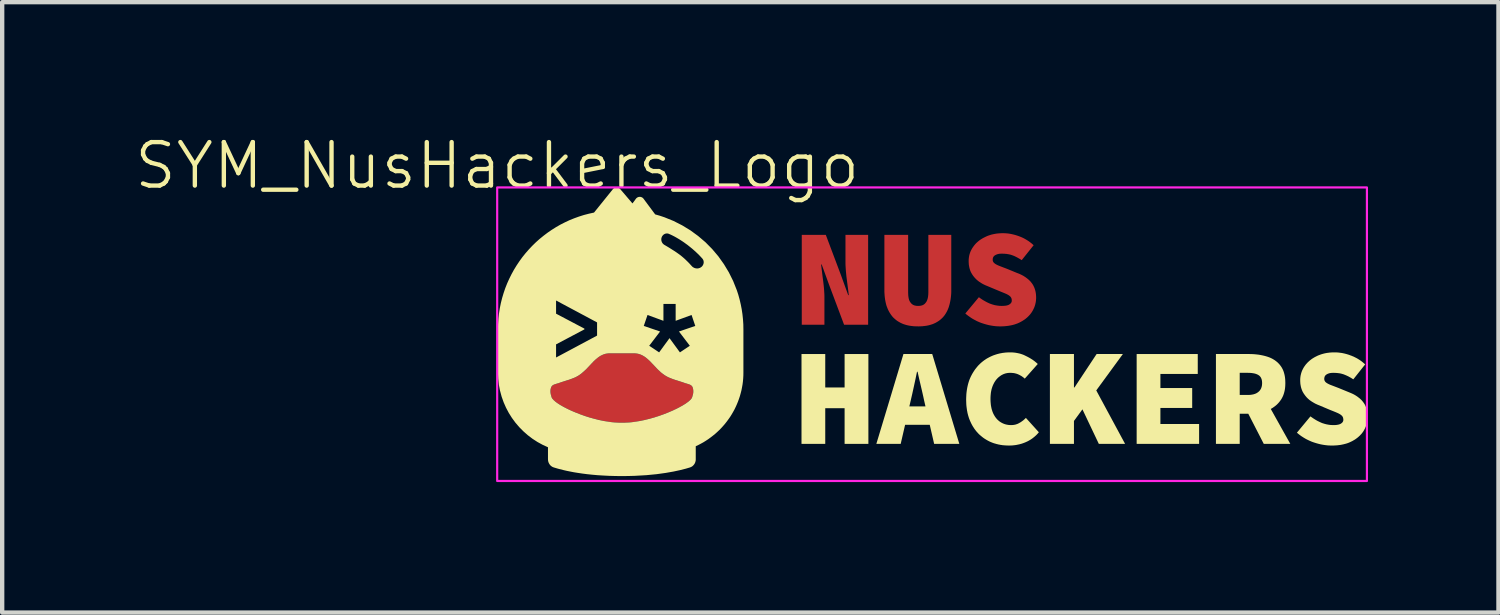
<source format=kicad_pcb>
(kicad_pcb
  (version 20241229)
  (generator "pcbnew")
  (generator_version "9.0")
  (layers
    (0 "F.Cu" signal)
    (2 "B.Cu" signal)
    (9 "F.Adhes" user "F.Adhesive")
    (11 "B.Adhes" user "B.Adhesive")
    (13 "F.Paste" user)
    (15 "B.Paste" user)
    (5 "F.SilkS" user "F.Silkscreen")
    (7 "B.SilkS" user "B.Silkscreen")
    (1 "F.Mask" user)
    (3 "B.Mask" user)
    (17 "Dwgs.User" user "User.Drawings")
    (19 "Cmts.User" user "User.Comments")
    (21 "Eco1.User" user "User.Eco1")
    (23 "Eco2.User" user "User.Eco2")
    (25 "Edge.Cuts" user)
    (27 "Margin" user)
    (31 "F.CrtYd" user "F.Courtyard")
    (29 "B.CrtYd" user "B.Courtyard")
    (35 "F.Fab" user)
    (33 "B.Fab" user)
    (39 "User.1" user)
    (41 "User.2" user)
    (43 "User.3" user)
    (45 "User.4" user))
  (footprint "SYM_NusHackers_Logo"
    (layer "F.Cu")
    (at 8.383 1.26)
    (property "Reference" "SYM_NusHackers_Logo" (at 0 -0.5 0) (unlocked yes) (layer "F.SilkS") (effects (font (size 1 1) (thickness 0.1))))
    (attr board_only exclude_from_pos_files exclude_from_bom)
    (fp_poly (pts (xy 7.904 2.013) (xy 8.072 2.477) (xy 8.085 2.477) (xy 8.075 2.39) (xy 8.063 2.297) (xy 8.037 2.095) (xy 8.03 2.042) (xy 8.025 1.989) (xy 8.02 1.937) (xy 8.016 1.885) (xy 8.013 1.835) (xy 8.01 1.785) (xy 8.009 1.736) (xy 8.009 1.688) (xy 8.009 1.091) (xy 8.53 1.091) (xy 8.53 3.157) (xy 7.977 3.157) (xy 7.63 2.232) (xy 7.462 1.771) (xy 7.449 1.771) (xy 7.459 1.861) (xy 7.471 1.955) (xy 7.483 2.055) (xy 7.497 2.159) (xy 7.503 2.211) (xy 7.509 2.262) (xy 7.514 2.313) (xy 7.518 2.364) (xy 7.521 2.414) (xy 7.524 2.463) (xy 7.525 2.511) (xy 7.525 2.559) (xy 7.525 3.157) (xy 7.004 3.157) (xy 7.004 1.091) (xy 7.557 1.091)) (stroke (width 0) (type solid)) (fill yes) (layers "F.Cu" "F.Mask"))
    (fp_poly (pts (xy 9.45 2.419) (xy 9.451 2.441) (xy 9.452 2.463) (xy 9.453 2.484) (xy 9.455 2.504) (xy 9.458 2.523) (xy 9.461 2.542) (xy 9.465 2.561) (xy 9.47 2.578) (xy 9.472 2.587) (xy 9.476 2.595) (xy 9.479 2.603) (xy 9.482 2.61) (xy 9.486 2.618) (xy 9.49 2.625) (xy 9.495 2.632) (xy 9.499 2.639) (xy 9.504 2.645) (xy 9.509 2.652) (xy 9.514 2.658) (xy 9.519 2.664) (xy 9.525 2.67) (xy 9.53 2.676) (xy 9.536 2.681) (xy 9.543 2.686) (xy 9.549 2.691) (xy 9.556 2.695) (xy 9.563 2.699) (xy 9.57 2.703) (xy 9.578 2.707) (xy 9.586 2.71) (xy 9.594 2.713) (xy 9.602 2.715) (xy 9.611 2.717) (xy 9.62 2.719) (xy 9.629 2.721) (xy 9.639 2.722) (xy 9.648 2.723) (xy 9.658 2.724) (xy 9.669 2.724) (xy 9.679 2.725) (xy 9.69 2.724) (xy 9.701 2.724) (xy 9.711 2.723) (xy 9.721 2.722) (xy 9.731 2.721) (xy 9.741 2.719) (xy 9.75 2.717) (xy 9.759 2.715) (xy 9.767 2.713) (xy 9.776 2.71) (xy 9.784 2.707) (xy 9.791 2.703) (xy 9.799 2.699) (xy 9.806 2.695) (xy 9.813 2.691) (xy 9.819 2.686) (xy 9.825 2.681) (xy 9.832 2.676) (xy 9.837 2.67) (xy 9.843 2.664) (xy 9.848 2.658) (xy 9.853 2.652) (xy 9.858 2.645) (xy 9.863 2.639) (xy 9.867 2.632) (xy 9.872 2.625) (xy 9.876 2.618) (xy 9.879 2.61) (xy 9.883 2.603) (xy 9.886 2.595) (xy 9.889 2.587) (xy 9.892 2.578) (xy 9.895 2.57) (xy 9.898 2.561) (xy 9.9 2.551) (xy 9.902 2.542) (xy 9.904 2.533) (xy 9.906 2.523) (xy 9.909 2.504) (xy 9.911 2.484) (xy 9.913 2.463) (xy 9.914 2.441) (xy 9.915 2.419) (xy 9.915 1.091) (xy 10.442 1.091) (xy 10.442 2.356) (xy 10.442 2.404) (xy 10.44 2.45) (xy 10.436 2.496) (xy 10.431 2.54) (xy 10.425 2.583) (xy 10.417 2.625) (xy 10.408 2.666) (xy 10.398 2.706) (xy 10.392 2.724) (xy 10.387 2.743) (xy 10.381 2.761) (xy 10.374 2.779) (xy 10.367 2.797) (xy 10.36 2.814) (xy 10.352 2.831) (xy 10.344 2.848) (xy 10.335 2.864) (xy 10.326 2.88) (xy 10.317 2.896) (xy 10.307 2.911) (xy 10.297 2.926) (xy 10.287 2.941) (xy 10.276 2.955) (xy 10.264 2.969) (xy 10.253 2.983) (xy 10.24 2.996) (xy 10.228 3.008) (xy 10.215 3.02) (xy 10.201 3.032) (xy 10.188 3.044) (xy 10.173 3.055) (xy 10.159 3.066) (xy 10.143 3.076) (xy 10.128 3.086) (xy 10.112 3.095) (xy 10.096 3.105) (xy 10.079 3.114) (xy 10.062 3.122) (xy 10.044 3.13) (xy 10.026 3.138) (xy 10.008 3.145) (xy 9.989 3.151) (xy 9.97 3.157) (xy 9.951 3.163) (xy 9.931 3.168) (xy 9.91 3.173) (xy 9.889 3.177) (xy 9.868 3.181) (xy 9.846 3.184) (xy 9.823 3.187) (xy 9.801 3.189) (xy 9.777 3.192) (xy 9.754 3.193) (xy 9.729 3.194) (xy 9.705 3.195) (xy 9.679 3.195) (xy 9.679 3.195) (xy 9.629 3.194) (xy 9.581 3.192) (xy 9.535 3.187) (xy 9.512 3.184) (xy 9.49 3.181) (xy 9.469 3.177) (xy 9.447 3.173) (xy 9.427 3.168) (xy 9.406 3.163) (xy 9.387 3.157) (xy 9.367 3.151) (xy 9.348 3.145) (xy 9.33 3.138) (xy 9.312 3.13) (xy 9.294 3.122) (xy 9.277 3.114) (xy 9.26 3.105) (xy 9.243 3.095) (xy 9.227 3.086) (xy 9.211 3.076) (xy 9.196 3.066) (xy 9.181 3.055) (xy 9.167 3.044) (xy 9.153 3.032) (xy 9.139 3.02) (xy 9.126 3.008) (xy 9.113 2.996) (xy 9.1 2.983) (xy 9.088 2.969) (xy 9.077 2.955) (xy 9.066 2.941) (xy 9.055 2.926) (xy 9.045 2.911) (xy 9.035 2.896) (xy 9.025 2.88) (xy 9.016 2.864) (xy 9.007 2.848) (xy 8.998 2.831) (xy 8.99 2.814) (xy 8.982 2.797) (xy 8.975 2.779) (xy 8.968 2.761) (xy 8.961 2.743) (xy 8.954 2.724) (xy 8.948 2.706) (xy 8.938 2.666) (xy 8.929 2.625) (xy 8.921 2.583) (xy 8.915 2.54) (xy 8.91 2.496) (xy 8.907 2.45) (xy 8.904 2.404) (xy 8.904 2.356) (xy 8.904 1.091) (xy 9.45 1.091)) (stroke (width 0) (type solid)) (fill yes) (layers "F.Cu" "F.Mask"))
    (fp_poly (pts (xy 3.177 3.816) (xy 3.209 3.82) (xy 3.239 3.826) (xy 3.268 3.833) (xy 3.296 3.843) (xy 3.323 3.855) (xy 3.35 3.868) (xy 3.375 3.883) (xy 3.4 3.9) (xy 3.424 3.917) (xy 3.47 3.956) (xy 3.515 3.999) (xy 3.559 4.044) (xy 3.647 4.139) (xy 3.694 4.186) (xy 3.742 4.232) (xy 3.793 4.275) (xy 3.82 4.296) (xy 3.847 4.315) (xy 3.876 4.334) (xy 3.906 4.351) (xy 3.938 4.366) (xy 3.97 4.381) (xy 4.021 4.401) (xy 4.065 4.416) (xy 4.104 4.429) (xy 4.14 4.441) (xy 4.212 4.463) (xy 4.253 4.476) (xy 4.299 4.492) (xy 4.314 4.498) (xy 4.33 4.503) (xy 4.359 4.512) (xy 4.387 4.52) (xy 4.4 4.524) (xy 4.413 4.528) (xy 4.425 4.533) (xy 4.436 4.538) (xy 4.441 4.54) (xy 4.446 4.543) (xy 4.451 4.546) (xy 4.456 4.549) (xy 4.461 4.553) (xy 4.465 4.556) (xy 4.469 4.56) (xy 4.473 4.564) (xy 4.477 4.568) (xy 4.48 4.572) (xy 4.483 4.577) (xy 4.486 4.582) (xy 4.492 4.593) (xy 4.496 4.605) (xy 4.5 4.617) (xy 4.503 4.63) (xy 4.506 4.643) (xy 4.508 4.657) (xy 4.509 4.67) (xy 4.509 4.684) (xy 4.509 4.698) (xy 4.509 4.712) (xy 4.507 4.725) (xy 4.506 4.739) (xy 4.503 4.751) (xy 4.5 4.763) (xy 4.497 4.775) (xy 4.493 4.786) (xy 4.491 4.795) (xy 4.49 4.8) (xy 4.489 4.805) (xy 4.487 4.809) (xy 4.486 4.814) (xy 4.484 4.819) (xy 4.483 4.825) (xy 4.476 4.84) (xy 4.466 4.856) (xy 4.436 4.891) (xy 4.393 4.928) (xy 4.338 4.968) (xy 4.273 5.009) (xy 4.198 5.051) (xy 4.115 5.094) (xy 4.025 5.136) (xy 3.928 5.177) (xy 3.826 5.217) (xy 3.72 5.255) (xy 3.611 5.29) (xy 3.499 5.321) (xy 3.387 5.349) (xy 3.275 5.372) (xy 3.163 5.39) (xy 3.126 5.395) (xy 3.09 5.399) (xy 3.071 5.401) (xy 3.053 5.403) (xy 3.035 5.404) (xy 3.017 5.405) (xy 2.975 5.408) (xy 2.937 5.409) (xy 2.902 5.41) (xy 2.867 5.41) (xy 2.833 5.41) (xy 2.797 5.409) (xy 2.759 5.408) (xy 2.717 5.405) (xy 2.699 5.404) (xy 2.681 5.403) (xy 2.663 5.401) (xy 2.645 5.399) (xy 2.608 5.395) (xy 2.571 5.39) (xy 2.459 5.372) (xy 2.347 5.349) (xy 2.235 5.321) (xy 2.123 5.29) (xy 2.014 5.255) (xy 1.908 5.217) (xy 1.806 5.177) (xy 1.709 5.136) (xy 1.619 5.094) (xy 1.536 5.051) (xy 1.461 5.009) (xy 1.396 4.968) (xy 1.341 4.928) (xy 1.318 4.909) (xy 1.298 4.891) (xy 1.282 4.873) (xy 1.268 4.856) (xy 1.258 4.84) (xy 1.251 4.825) (xy 1.25 4.819) (xy 1.248 4.814) (xy 1.247 4.809) (xy 1.245 4.805) (xy 1.244 4.8) (xy 1.243 4.795) (xy 1.241 4.786) (xy 1.237 4.775) (xy 1.234 4.763) (xy 1.231 4.751) (xy 1.229 4.739) (xy 1.227 4.725) (xy 1.226 4.712) (xy 1.225 4.698) (xy 1.225 4.684) (xy 1.225 4.67) (xy 1.226 4.657) (xy 1.228 4.643) (xy 1.231 4.63) (xy 1.234 4.617) (xy 1.238 4.605) (xy 1.242 4.593) (xy 1.248 4.582) (xy 1.251 4.577) (xy 1.254 4.572) (xy 1.257 4.568) (xy 1.261 4.564) (xy 1.265 4.56) (xy 1.269 4.556) (xy 1.278 4.549) (xy 1.288 4.543) (xy 1.298 4.538) (xy 1.309 4.533) (xy 1.321 4.528) (xy 1.334 4.524) (xy 1.347 4.52) (xy 1.375 4.512) (xy 1.404 4.503) (xy 1.42 4.498) (xy 1.435 4.492) (xy 1.481 4.476) (xy 1.522 4.463) (xy 1.594 4.441) (xy 1.63 4.429) (xy 1.669 4.416) (xy 1.713 4.401) (xy 1.764 4.381) (xy 1.797 4.366) (xy 1.828 4.351) (xy 1.858 4.334) (xy 1.887 4.315) (xy 1.915 4.296) (xy 1.941 4.275) (xy 1.967 4.254) (xy 1.992 4.232) (xy 2.041 4.186) (xy 2.087 4.139) (xy 2.175 4.044) (xy 2.219 3.999) (xy 2.264 3.956) (xy 2.287 3.936) (xy 2.31 3.917) (xy 2.334 3.9) (xy 2.359 3.883) (xy 2.384 3.868) (xy 2.411 3.855) (xy 2.438 3.843) (xy 2.466 3.833) (xy 2.495 3.826) (xy 2.525 3.82) (xy 2.557 3.816) (xy 2.59 3.815) (xy 2.867 3.815) (xy 3.144 3.815)) (stroke (width 0) (type solid)) (fill yes) (layers "F.Cu" "F.Mask"))
    (fp_poly (pts (xy 11.653 1.053) (xy 11.676 1.054) (xy 11.699 1.055) (xy 11.722 1.057) (xy 11.745 1.059) (xy 11.768 1.062) (xy 11.791 1.066) (xy 11.814 1.07) (xy 11.837 1.075) (xy 11.86 1.08) (xy 11.883 1.086) (xy 11.907 1.092) (xy 11.93 1.099) (xy 11.953 1.106) (xy 11.976 1.114) (xy 11.999 1.122) (xy 12.022 1.131) (xy 12.045 1.14) (xy 12.068 1.15) (xy 12.09 1.16) (xy 12.112 1.171) (xy 12.134 1.183) (xy 12.155 1.195) (xy 12.177 1.208) (xy 12.198 1.221) (xy 12.218 1.234) (xy 12.239 1.249) (xy 12.259 1.264) (xy 12.278 1.279) (xy 12.298 1.295) (xy 12.317 1.312) (xy 12.336 1.329) (xy 12.062 1.672) (xy 12.035 1.655) (xy 12.007 1.638) (xy 11.98 1.623) (xy 11.953 1.608) (xy 11.927 1.595) (xy 11.901 1.582) (xy 11.875 1.571) (xy 11.849 1.561) (xy 11.836 1.557) (xy 11.823 1.552) (xy 11.809 1.548) (xy 11.795 1.544) (xy 11.781 1.541) (xy 11.766 1.538) (xy 11.751 1.535) (xy 11.736 1.533) (xy 11.72 1.53) (xy 11.704 1.528) (xy 11.687 1.527) (xy 11.67 1.525) (xy 11.653 1.524) (xy 11.635 1.524) (xy 11.617 1.523) (xy 11.598 1.523) (xy 11.587 1.523) (xy 11.576 1.524) (xy 11.566 1.524) (xy 11.556 1.525) (xy 11.546 1.526) (xy 11.536 1.528) (xy 11.526 1.53) (xy 11.517 1.532) (xy 11.508 1.534) (xy 11.499 1.537) (xy 11.491 1.54) (xy 11.483 1.543) (xy 11.475 1.546) (xy 11.467 1.55) (xy 11.459 1.554) (xy 11.452 1.558) (xy 11.448 1.56) (xy 11.445 1.562) (xy 11.442 1.564) (xy 11.439 1.567) (xy 11.435 1.569) (xy 11.433 1.571) (xy 11.43 1.574) (xy 11.427 1.576) (xy 11.424 1.579) (xy 11.422 1.582) (xy 11.419 1.585) (xy 11.417 1.588) (xy 11.415 1.591) (xy 11.413 1.594) (xy 11.411 1.597) (xy 11.409 1.6) (xy 11.407 1.603) (xy 11.406 1.607) (xy 11.404 1.61) (xy 11.403 1.614) (xy 11.401 1.617) (xy 11.4 1.621) (xy 11.399 1.625) (xy 11.398 1.629) (xy 11.397 1.633) (xy 11.397 1.637) (xy 11.396 1.641) (xy 11.396 1.645) (xy 11.395 1.65) (xy 11.395 1.654) (xy 11.395 1.663) (xy 11.395 1.669) (xy 11.395 1.675) (xy 11.396 1.68) (xy 11.397 1.686) (xy 11.398 1.691) (xy 11.4 1.696) (xy 11.402 1.702) (xy 11.404 1.707) (xy 11.407 1.711) (xy 11.41 1.716) (xy 11.413 1.721) (xy 11.416 1.725) (xy 11.42 1.73) (xy 11.424 1.734) (xy 11.428 1.738) (xy 11.433 1.742) (xy 11.438 1.746) (xy 11.443 1.75) (xy 11.448 1.754) (xy 11.454 1.758) (xy 11.46 1.762) (xy 11.466 1.766) (xy 11.473 1.77) (xy 11.48 1.773) (xy 11.487 1.777) (xy 11.494 1.781) (xy 11.502 1.785) (xy 11.51 1.788) (xy 11.518 1.792) (xy 11.526 1.796) (xy 11.535 1.799) (xy 11.544 1.803) (xy 11.624 1.834) (xy 11.719 1.87) (xy 11.957 1.968) (xy 11.992 1.981) (xy 12.025 1.995) (xy 12.04 2.003) (xy 12.056 2.01) (xy 12.071 2.018) (xy 12.086 2.026) (xy 12.101 2.034) (xy 12.115 2.043) (xy 12.129 2.052) (xy 12.142 2.06) (xy 12.155 2.07) (xy 12.168 2.079) (xy 12.181 2.089) (xy 12.193 2.098) (xy 12.205 2.108) (xy 12.217 2.118) (xy 12.228 2.128) (xy 12.239 2.139) (xy 12.25 2.149) (xy 12.26 2.16) (xy 12.27 2.171) (xy 12.279 2.183) (xy 12.288 2.194) (xy 12.297 2.206) (xy 12.306 2.218) (xy 12.314 2.231) (xy 12.321 2.243) (xy 12.329 2.256) (xy 12.335 2.269) (xy 12.342 2.283) (xy 12.348 2.296) (xy 12.354 2.31) (xy 12.359 2.325) (xy 12.364 2.339) (xy 12.369 2.354) (xy 12.373 2.369) (xy 12.377 2.384) (xy 12.38 2.4) (xy 12.383 2.415) (xy 12.386 2.432) (xy 12.388 2.448) (xy 12.39 2.465) (xy 12.391 2.481) (xy 12.392 2.499) (xy 12.393 2.516) (xy 12.393 2.534) (xy 12.393 2.556) (xy 12.391 2.577) (xy 12.39 2.599) (xy 12.387 2.62) (xy 12.384 2.641) (xy 12.379 2.662) (xy 12.375 2.683) (xy 12.369 2.703) (xy 12.363 2.724) (xy 12.356 2.744) (xy 12.348 2.764) (xy 12.339 2.784) (xy 12.33 2.803) (xy 12.32 2.823) (xy 12.309 2.842) (xy 12.298 2.861) (xy 12.285 2.88) (xy 12.272 2.898) (xy 12.259 2.915) (xy 12.244 2.932) (xy 12.229 2.949) (xy 12.213 2.965) (xy 12.197 2.981) (xy 12.18 2.996) (xy 12.162 3.011) (xy 12.144 3.026) (xy 12.124 3.04) (xy 12.104 3.053) (xy 12.084 3.066) (xy 12.062 3.079) (xy 12.04 3.091) (xy 12.018 3.103) (xy 11.994 3.114) (xy 11.97 3.125) (xy 11.946 3.134) (xy 11.92 3.143) (xy 11.894 3.152) (xy 11.868 3.159) (xy 11.841 3.166) (xy 11.813 3.172) (xy 11.784 3.177) (xy 11.755 3.182) (xy 11.725 3.186) (xy 11.695 3.189) (xy 11.664 3.192) (xy 11.632 3.194) (xy 11.599 3.195) (xy 11.566 3.195) (xy 11.566 3.195) (xy 11.541 3.195) (xy 11.515 3.194) (xy 11.49 3.193) (xy 11.464 3.191) (xy 11.438 3.188) (xy 11.412 3.185) (xy 11.387 3.181) (xy 11.361 3.177) (xy 11.308 3.167) (xy 11.256 3.154) (xy 11.203 3.139) (xy 11.15 3.122) (xy 11.124 3.113) (xy 11.098 3.103) (xy 11.073 3.092) (xy 11.047 3.081) (xy 11.022 3.069) (xy 10.998 3.056) (xy 10.973 3.043) (xy 10.949 3.03) (xy 10.925 3.016) (xy 10.901 3.001) (xy 10.878 2.985) (xy 10.855 2.969) (xy 10.832 2.953) (xy 10.81 2.936) (xy 10.787 2.918) (xy 10.765 2.899) (xy 11.077 2.524) (xy 11.106 2.546) (xy 11.137 2.567) (xy 11.167 2.587) (xy 11.198 2.605) (xy 11.23 2.623) (xy 11.262 2.64) (xy 11.295 2.656) (xy 11.328 2.671) (xy 11.345 2.677) (xy 11.362 2.683) (xy 11.379 2.689) (xy 11.397 2.694) (xy 11.414 2.699) (xy 11.431 2.704) (xy 11.448 2.708) (xy 11.465 2.711) (xy 11.483 2.714) (xy 11.5 2.717) (xy 11.517 2.719) (xy 11.535 2.721) (xy 11.552 2.723) (xy 11.57 2.724) (xy 11.587 2.724) (xy 11.605 2.725) (xy 11.62 2.724) (xy 11.634 2.724) (xy 11.648 2.723) (xy 11.662 2.722) (xy 11.675 2.721) (xy 11.687 2.72) (xy 11.699 2.718) (xy 11.71 2.716) (xy 11.721 2.714) (xy 11.731 2.711) (xy 11.74 2.708) (xy 11.749 2.705) (xy 11.758 2.702) (xy 11.766 2.698) (xy 11.773 2.694) (xy 11.779 2.69) (xy 11.786 2.685) (xy 11.792 2.681) (xy 11.798 2.676) (xy 11.803 2.671) (xy 11.808 2.666) (xy 11.812 2.661) (xy 11.816 2.656) (xy 11.82 2.651) (xy 11.823 2.645) (xy 11.824 2.643) (xy 11.826 2.64) (xy 11.827 2.637) (xy 11.828 2.634) (xy 11.829 2.631) (xy 11.83 2.628) (xy 11.831 2.625) (xy 11.832 2.622) (xy 11.832 2.619) (xy 11.833 2.616) (xy 11.833 2.613) (xy 11.833 2.61) (xy 11.833 2.604) (xy 11.833 2.596) (xy 11.833 2.589) (xy 11.832 2.582) (xy 11.831 2.575) (xy 11.83 2.569) (xy 11.829 2.562) (xy 11.827 2.556) (xy 11.825 2.55) (xy 11.822 2.544) (xy 11.82 2.538) (xy 11.817 2.533) (xy 11.814 2.528) (xy 11.81 2.522) (xy 11.807 2.518) (xy 11.803 2.513) (xy 11.798 2.508) (xy 11.794 2.504) (xy 11.789 2.5) (xy 11.784 2.496) (xy 11.779 2.491) (xy 11.773 2.487) (xy 11.768 2.483) (xy 11.762 2.479) (xy 11.756 2.475) (xy 11.749 2.471) (xy 11.742 2.467) (xy 11.735 2.463) (xy 11.728 2.46) (xy 11.721 2.456) (xy 11.713 2.452) (xy 11.705 2.448) (xy 11.697 2.445) (xy 11.662 2.43) (xy 11.623 2.414) (xy 11.581 2.397) (xy 11.535 2.378) (xy 11.277 2.27) (xy 11.248 2.258) (xy 11.219 2.246) (xy 11.191 2.232) (xy 11.163 2.218) (xy 11.136 2.202) (xy 11.11 2.185) (xy 11.083 2.168) (xy 11.058 2.149) (xy 11.046 2.139) (xy 11.034 2.129) (xy 11.022 2.118) (xy 11.011 2.108) (xy 11 2.096) (xy 10.989 2.085) (xy 10.979 2.074) (xy 10.969 2.062) (xy 10.959 2.05) (xy 10.949 2.037) (xy 10.94 2.025) (xy 10.931 2.012) (xy 10.923 1.999) (xy 10.915 1.986) (xy 10.907 1.972) (xy 10.899 1.959) (xy 10.892 1.944) (xy 10.885 1.929) (xy 10.879 1.914) (xy 10.874 1.899) (xy 10.869 1.884) (xy 10.864 1.868) (xy 10.86 1.852) (xy 10.856 1.835) (xy 10.853 1.819) (xy 10.85 1.802) (xy 10.847 1.785) (xy 10.845 1.767) (xy 10.844 1.749) (xy 10.843 1.731) (xy 10.842 1.713) (xy 10.842 1.695) (xy 10.842 1.673) (xy 10.843 1.651) (xy 10.845 1.629) (xy 10.848 1.608) (xy 10.851 1.587) (xy 10.855 1.566) (xy 10.86 1.546) (xy 10.866 1.525) (xy 10.873 1.505) (xy 10.88 1.486) (xy 10.888 1.466) (xy 10.897 1.447) (xy 10.907 1.428) (xy 10.917 1.41) (xy 10.928 1.392) (xy 10.94 1.374) (xy 10.953 1.356) (xy 10.966 1.338) (xy 10.98 1.321) (xy 10.994 1.304) (xy 11.009 1.288) (xy 11.025 1.272) (xy 11.042 1.257) (xy 11.059 1.242) (xy 11.076 1.228) (xy 11.094 1.214) (xy 11.113 1.201) (xy 11.133 1.188) (xy 11.153 1.176) (xy 11.173 1.164) (xy 11.195 1.153) (xy 11.217 1.142) (xy 11.239 1.131) (xy 11.262 1.121) (xy 11.285 1.111) (xy 11.309 1.103) (xy 11.334 1.095) (xy 11.358 1.087) (xy 11.383 1.081) (xy 11.409 1.075) (xy 11.435 1.07) (xy 11.462 1.065) (xy 11.489 1.061) (xy 11.516 1.058) (xy 11.544 1.056) (xy 11.572 1.054) (xy 11.601 1.053) (xy 11.63 1.053)) (stroke (width 0) (type solid)) (fill yes) (layers "F.Cu" "F.Mask"))
    (fp_poly (pts (xy 19.191 5.935) (xy 19.191 5.935) (xy 19.191 5.935)) (stroke (width 0) (type solid)) (fill yes) (layer "F.SilkS"))
    (fp_poly (pts (xy 7.544 4.6) (xy 7.989 4.6) (xy 7.989 3.831) (xy 8.536 3.831) (xy 8.536 5.897) (xy 7.989 5.897) (xy 7.989 5.077) (xy 7.544 5.077) (xy 7.544 5.897) (xy 6.998 5.897) (xy 6.998 3.831) (xy 7.544 3.831)) (stroke (width 0) (type solid)) (fill yes) (layer "F.SilkS"))
    (fp_poly (pts (xy 16.11 4.289) (xy 15.251 4.289) (xy 15.251 4.613) (xy 15.982 4.613) (xy 15.982 5.071) (xy 15.251 5.071) (xy 15.251 5.44) (xy 16.141 5.44) (xy 16.141 5.897) (xy 14.705 5.897) (xy 14.705 3.831) (xy 16.11 3.831)) (stroke (width 0) (type solid)) (fill yes) (layer "F.SilkS"))
    (fp_poly (pts (xy 13.263 4.6) (xy 13.275 4.6) (xy 13.784 3.831) (xy 14.388 3.831) (xy 13.776 4.668) (xy 14.439 5.897) (xy 13.835 5.897) (xy 13.458 5.103) (xy 13.263 5.37) (xy 13.263 5.897) (xy 12.71 5.897) (xy 12.71 3.831) (xy 13.263 3.831)) (stroke (width 0) (type solid)) (fill yes) (layer "F.SilkS"))
    (fp_poly (pts (xy 10.627 5.897) (xy 10.048 5.897) (xy 9.947 5.459) (xy 9.38 5.459) (xy 9.279 5.897) (xy 8.719 5.897) (xy 8.979 5.036) (xy 9.478 5.036) (xy 9.849 5.036) (xy 9.816 4.893) (xy 9.8 4.817) (xy 9.782 4.737) (xy 9.763 4.654) (xy 9.743 4.569) (xy 9.703 4.398) (xy 9.667 4.238) (xy 9.654 4.238) (xy 9.621 4.398) (xy 9.584 4.569) (xy 9.547 4.737) (xy 9.511 4.893) (xy 9.478 5.036) (xy 8.979 5.036) (xy 9.342 3.831) (xy 10.004 3.831)) (stroke (width 0) (type solid)) (fill yes) (layer "F.SilkS"))
    (fp_poly (pts (xy 17.352 3.832) (xy 17.406 3.835) (xy 17.459 3.84) (xy 17.511 3.846) (xy 17.562 3.855) (xy 17.611 3.865) (xy 17.66 3.877) (xy 17.707 3.891) (xy 17.731 3.899) (xy 17.753 3.907) (xy 17.775 3.916) (xy 17.797 3.926) (xy 17.817 3.936) (xy 17.838 3.947) (xy 17.857 3.959) (xy 17.877 3.971) (xy 17.895 3.984) (xy 17.913 3.998) (xy 17.931 4.012) (xy 17.948 4.027) (xy 17.964 4.043) (xy 17.98 4.06) (xy 17.995 4.077) (xy 18.009 4.095) (xy 18.023 4.114) (xy 18.036 4.133) (xy 18.048 4.154) (xy 18.059 4.175) (xy 18.07 4.197) (xy 18.079 4.22) (xy 18.088 4.244) (xy 18.095 4.269) (xy 18.102 4.295) (xy 18.108 4.321) (xy 18.113 4.349) (xy 18.117 4.377) (xy 18.12 4.406) (xy 18.122 4.436) (xy 18.123 4.467) (xy 18.124 4.499) (xy 18.123 4.529) (xy 18.122 4.559) (xy 18.12 4.588) (xy 18.117 4.617) (xy 18.113 4.645) (xy 18.108 4.672) (xy 18.102 4.698) (xy 18.095 4.724) (xy 18.088 4.748) (xy 18.079 4.773) (xy 18.07 4.796) (xy 18.059 4.819) (xy 18.048 4.841) (xy 18.036 4.862) (xy 18.023 4.883) (xy 18.009 4.902) (xy 17.995 4.921) (xy 17.98 4.94) (xy 17.964 4.958) (xy 17.948 4.975) (xy 17.931 4.992) (xy 17.913 5.008) (xy 17.895 5.023) (xy 17.877 5.037) (xy 17.857 5.051) (xy 17.838 5.065) (xy 17.817 5.077) (xy 17.797 5.09) (xy 17.789 5.094) (xy 18.238 5.897) (xy 17.628 5.897) (xy 17.272 5.204) (xy 17.075 5.204) (xy 17.075 5.897) (xy 16.528 5.897) (xy 16.528 4.772) (xy 17.075 4.772) (xy 17.259 4.772) (xy 17.279 4.772) (xy 17.298 4.771) (xy 17.317 4.77) (xy 17.335 4.768) (xy 17.353 4.765) (xy 17.37 4.762) (xy 17.386 4.759) (xy 17.401 4.755) (xy 17.416 4.75) (xy 17.431 4.745) (xy 17.445 4.739) (xy 17.458 4.733) (xy 17.47 4.726) (xy 17.482 4.718) (xy 17.493 4.711) (xy 17.504 4.702) (xy 17.514 4.693) (xy 17.524 4.684) (xy 17.533 4.674) (xy 17.541 4.663) (xy 17.549 4.652) (xy 17.556 4.641) (xy 17.563 4.629) (xy 17.568 4.616) (xy 17.573 4.603) (xy 17.578 4.59) (xy 17.581 4.576) (xy 17.584 4.561) (xy 17.587 4.546) (xy 17.588 4.531) (xy 17.589 4.515) (xy 17.59 4.499) (xy 17.589 4.482) (xy 17.588 4.467) (xy 17.587 4.451) (xy 17.584 4.437) (xy 17.581 4.423) (xy 17.578 4.41) (xy 17.573 4.398) (xy 17.568 4.386) (xy 17.563 4.375) (xy 17.556 4.364) (xy 17.549 4.354) (xy 17.541 4.345) (xy 17.533 4.336) (xy 17.524 4.328) (xy 17.514 4.321) (xy 17.504 4.314) (xy 17.493 4.308) (xy 17.482 4.302) (xy 17.47 4.297) (xy 17.458 4.292) (xy 17.445 4.287) (xy 17.431 4.283) (xy 17.416 4.279) (xy 17.401 4.276) (xy 17.386 4.273) (xy 17.37 4.271) (xy 17.353 4.268) (xy 17.335 4.267) (xy 17.317 4.265) (xy 17.298 4.264) (xy 17.279 4.264) (xy 17.259 4.263) (xy 17.075 4.263) (xy 17.075 4.772) (xy 16.528 4.772) (xy 16.528 3.831) (xy 17.297 3.831)) (stroke (width 0) (type solid)) (fill yes) (layer "F.SilkS"))
    (fp_poly (pts (xy 11.82 3.793) (xy 11.845 3.794) (xy 11.869 3.796) (xy 11.893 3.798) (xy 11.917 3.801) (xy 11.94 3.805) (xy 11.963 3.809) (xy 11.986 3.814) (xy 12.009 3.819) (xy 12.031 3.825) (xy 12.053 3.832) (xy 12.074 3.839) (xy 12.096 3.847) (xy 12.117 3.856) (xy 12.137 3.866) (xy 12.158 3.876) (xy 12.198 3.896) (xy 12.237 3.917) (xy 12.274 3.939) (xy 12.291 3.95) (xy 12.309 3.961) (xy 12.326 3.973) (xy 12.342 3.985) (xy 12.358 3.997) (xy 12.373 4.009) (xy 12.388 4.022) (xy 12.403 4.034) (xy 12.417 4.047) (xy 12.431 4.06) (xy 12.132 4.397) (xy 12.123 4.389) (xy 12.115 4.381) (xy 12.106 4.374) (xy 12.096 4.367) (xy 12.087 4.36) (xy 12.078 4.353) (xy 12.069 4.347) (xy 12.059 4.34) (xy 12.05 4.334) (xy 12.04 4.329) (xy 12.03 4.323) (xy 12.02 4.318) (xy 12.01 4.312) (xy 12 4.308) (xy 11.99 4.303) (xy 11.98 4.298) (xy 11.97 4.294) (xy 11.959 4.29) (xy 11.949 4.286) (xy 11.938 4.283) (xy 11.927 4.28) (xy 11.916 4.277) (xy 11.905 4.274) (xy 11.894 4.272) (xy 11.882 4.27) (xy 11.87 4.268) (xy 11.858 4.267) (xy 11.846 4.266) (xy 11.834 4.265) (xy 11.821 4.264) (xy 11.808 4.264) (xy 11.795 4.263) (xy 11.779 4.264) (xy 11.764 4.265) (xy 11.748 4.266) (xy 11.733 4.268) (xy 11.718 4.271) (xy 11.703 4.274) (xy 11.689 4.277) (xy 11.674 4.282) (xy 11.66 4.287) (xy 11.646 4.292) (xy 11.632 4.298) (xy 11.619 4.305) (xy 11.605 4.312) (xy 11.592 4.319) (xy 11.579 4.328) (xy 11.566 4.337) (xy 11.554 4.346) (xy 11.542 4.355) (xy 11.53 4.365) (xy 11.518 4.375) (xy 11.507 4.386) (xy 11.496 4.398) (xy 11.485 4.41) (xy 11.475 4.422) (xy 11.465 4.435) (xy 11.455 4.449) (xy 11.446 4.463) (xy 11.437 4.477) (xy 11.428 4.492) (xy 11.42 4.508) (xy 11.412 4.524) (xy 11.404 4.54) (xy 11.397 4.557) (xy 11.39 4.574) (xy 11.384 4.592) (xy 11.378 4.61) (xy 11.372 4.629) (xy 11.367 4.648) (xy 11.363 4.667) (xy 11.359 4.687) (xy 11.355 4.707) (xy 11.352 4.728) (xy 11.35 4.749) (xy 11.348 4.771) (xy 11.346 4.793) (xy 11.345 4.815) (xy 11.344 4.838) (xy 11.344 4.861) (xy 11.344 4.885) (xy 11.345 4.909) (xy 11.346 4.932) (xy 11.348 4.954) (xy 11.35 4.977) (xy 11.352 4.998) (xy 11.355 5.02) (xy 11.359 5.041) (xy 11.363 5.061) (xy 11.367 5.081) (xy 11.372 5.101) (xy 11.378 5.12) (xy 11.384 5.138) (xy 11.39 5.157) (xy 11.397 5.174) (xy 11.404 5.192) (xy 11.412 5.208) (xy 11.42 5.224) (xy 11.429 5.239) (xy 11.437 5.254) (xy 11.447 5.269) (xy 11.456 5.283) (xy 11.466 5.296) (xy 11.477 5.309) (xy 11.487 5.322) (xy 11.498 5.334) (xy 11.51 5.345) (xy 11.522 5.356) (xy 11.534 5.367) (xy 11.546 5.377) (xy 11.559 5.386) (xy 11.573 5.395) (xy 11.586 5.404) (xy 11.6 5.411) (xy 11.614 5.419) (xy 11.629 5.426) (xy 11.643 5.432) (xy 11.658 5.438) (xy 11.673 5.443) (xy 11.689 5.448) (xy 11.704 5.452) (xy 11.72 5.455) (xy 11.736 5.458) (xy 11.753 5.461) (xy 11.769 5.463) (xy 11.786 5.464) (xy 11.803 5.465) (xy 11.821 5.465) (xy 11.833 5.465) (xy 11.846 5.464) (xy 11.858 5.463) (xy 11.87 5.462) (xy 11.882 5.46) (xy 11.894 5.458) (xy 11.906 5.456) (xy 11.918 5.453) (xy 11.929 5.45) (xy 11.94 5.446) (xy 11.952 5.442) (xy 11.963 5.438) (xy 11.973 5.434) (xy 11.984 5.428) (xy 11.995 5.423) (xy 12.005 5.417) (xy 12.016 5.411) (xy 12.026 5.405) (xy 12.037 5.399) (xy 12.047 5.392) (xy 12.057 5.385) (xy 12.067 5.378) (xy 12.077 5.371) (xy 12.086 5.364) (xy 12.096 5.357) (xy 12.105 5.349) (xy 12.114 5.341) (xy 12.123 5.333) (xy 12.132 5.325) (xy 12.141 5.317) (xy 12.149 5.308) (xy 12.158 5.3) (xy 12.456 5.63) (xy 12.44 5.649) (xy 12.424 5.667) (xy 12.407 5.685) (xy 12.39 5.702) (xy 12.372 5.718) (xy 12.354 5.734) (xy 12.335 5.749) (xy 12.317 5.764) (xy 12.297 5.778) (xy 12.278 5.791) (xy 12.258 5.804) (xy 12.237 5.816) (xy 12.216 5.828) (xy 12.195 5.839) (xy 12.173 5.849) (xy 12.151 5.859) (xy 12.129 5.868) (xy 12.106 5.877) (xy 12.083 5.885) (xy 12.06 5.893) (xy 12.037 5.899) (xy 12.013 5.906) (xy 11.989 5.911) (xy 11.965 5.916) (xy 11.941 5.921) (xy 11.916 5.925) (xy 11.892 5.928) (xy 11.866 5.931) (xy 11.841 5.933) (xy 11.815 5.934) (xy 11.79 5.935) (xy 11.763 5.935) (xy 11.763 5.935) (xy 11.715 5.934) (xy 11.668 5.931) (xy 11.644 5.929) (xy 11.62 5.927) (xy 11.597 5.923) (xy 11.574 5.92) (xy 11.55 5.915) (xy 11.527 5.911) (xy 11.504 5.905) (xy 11.482 5.9) (xy 11.459 5.893) (xy 11.436 5.887) (xy 11.414 5.88) (xy 11.392 5.872) (xy 11.37 5.863) (xy 11.348 5.854) (xy 11.327 5.845) (xy 11.307 5.835) (xy 11.286 5.824) (xy 11.266 5.813) (xy 11.246 5.801) (xy 11.226 5.789) (xy 11.207 5.777) (xy 11.188 5.764) (xy 11.169 5.75) (xy 11.151 5.736) (xy 11.133 5.721) (xy 11.115 5.706) (xy 11.097 5.691) (xy 11.08 5.675) (xy 11.063 5.658) (xy 11.047 5.64) (xy 11.031 5.623) (xy 11.015 5.604) (xy 11 5.585) (xy 10.986 5.566) (xy 10.971 5.546) (xy 10.958 5.525) (xy 10.944 5.504) (xy 10.931 5.483) (xy 10.919 5.461) (xy 10.907 5.439) (xy 10.896 5.416) (xy 10.885 5.392) (xy 10.874 5.369) (xy 10.864 5.344) (xy 10.854 5.319) (xy 10.845 5.293) (xy 10.837 5.267) (xy 10.829 5.24) (xy 10.822 5.213) (xy 10.815 5.185) (xy 10.81 5.157) (xy 10.804 5.128) (xy 10.8 5.099) (xy 10.796 5.069) (xy 10.792 5.039) (xy 10.789 5.008) (xy 10.787 4.977) (xy 10.786 4.945) (xy 10.785 4.913) (xy 10.784 4.88) (xy 10.785 4.837) (xy 10.787 4.795) (xy 10.789 4.754) (xy 10.793 4.713) (xy 10.798 4.674) (xy 10.804 4.635) (xy 10.811 4.597) (xy 10.819 4.56) (xy 10.828 4.523) (xy 10.838 4.488) (xy 10.849 4.453) (xy 10.861 4.419) (xy 10.875 4.386) (xy 10.889 4.354) (xy 10.905 4.323) (xy 10.921 4.292) (xy 10.939 4.262) (xy 10.957 4.233) (xy 10.976 4.204) (xy 10.995 4.177) (xy 11.016 4.151) (xy 11.037 4.125) (xy 11.058 4.1) (xy 11.081 4.077) (xy 11.104 4.054) (xy 11.128 4.032) (xy 11.153 4.011) (xy 11.178 3.991) (xy 11.204 3.972) (xy 11.231 3.954) (xy 11.258 3.936) (xy 11.287 3.92) (xy 11.315 3.905) (xy 11.345 3.89) (xy 11.374 3.877) (xy 11.404 3.864) (xy 11.435 3.853) (xy 11.465 3.843) (xy 11.497 3.833) (xy 11.528 3.825) (xy 11.56 3.817) (xy 11.593 3.811) (xy 11.625 3.805) (xy 11.659 3.801) (xy 11.692 3.797) (xy 11.726 3.795) (xy 11.761 3.793) (xy 11.795 3.793)) (stroke (width 0) (type solid)) (fill yes) (layer "F.SilkS"))
    (fp_poly (pts (xy 19.277 3.793) (xy 19.3 3.794) (xy 19.323 3.795) (xy 19.346 3.797) (xy 19.369 3.8) (xy 19.393 3.803) (xy 19.416 3.806) (xy 19.439 3.81) (xy 19.462 3.815) (xy 19.485 3.82) (xy 19.508 3.826) (xy 19.531 3.832) (xy 19.554 3.839) (xy 19.577 3.846) (xy 19.6 3.854) (xy 19.623 3.863) (xy 19.646 3.871) (xy 19.669 3.881) (xy 19.692 3.89) (xy 19.714 3.901) (xy 19.736 3.912) (xy 19.758 3.923) (xy 19.78 3.935) (xy 19.801 3.948) (xy 19.822 3.961) (xy 19.843 3.975) (xy 19.863 3.989) (xy 19.883 4.004) (xy 19.903 4.02) (xy 19.922 4.036) (xy 19.941 4.052) (xy 19.96 4.069) (xy 19.687 4.413) (xy 19.659 4.395) (xy 19.632 4.378) (xy 19.604 4.363) (xy 19.578 4.348) (xy 19.551 4.335) (xy 19.525 4.323) (xy 19.499 4.312) (xy 19.474 4.302) (xy 19.461 4.297) (xy 19.447 4.293) (xy 19.434 4.289) (xy 19.42 4.285) (xy 19.405 4.281) (xy 19.391 4.278) (xy 19.375 4.275) (xy 19.36 4.273) (xy 19.344 4.271) (xy 19.328 4.269) (xy 19.311 4.267) (xy 19.294 4.266) (xy 19.277 4.265) (xy 19.259 4.264) (xy 19.241 4.264) (xy 19.222 4.263) (xy 19.211 4.264) (xy 19.201 4.264) (xy 19.19 4.265) (xy 19.18 4.266) (xy 19.17 4.267) (xy 19.16 4.268) (xy 19.151 4.27) (xy 19.141 4.272) (xy 19.132 4.274) (xy 19.124 4.277) (xy 19.115 4.28) (xy 19.107 4.283) (xy 19.099 4.286) (xy 19.091 4.29) (xy 19.083 4.294) (xy 19.076 4.298) (xy 19.073 4.3) (xy 19.069 4.303) (xy 19.066 4.305) (xy 19.063 4.307) (xy 19.06 4.309) (xy 19.057 4.312) (xy 19.054 4.314) (xy 19.051 4.317) (xy 19.049 4.32) (xy 19.046 4.322) (xy 19.044 4.325) (xy 19.041 4.328) (xy 19.039 4.331) (xy 19.037 4.334) (xy 19.035 4.337) (xy 19.033 4.34) (xy 19.032 4.344) (xy 19.03 4.347) (xy 19.028 4.351) (xy 19.027 4.354) (xy 19.026 4.358) (xy 19.025 4.362) (xy 19.024 4.365) (xy 19.023 4.369) (xy 19.022 4.373) (xy 19.021 4.377) (xy 19.02 4.381) (xy 19.02 4.386) (xy 19.019 4.39) (xy 19.019 4.394) (xy 19.019 4.403) (xy 19.019 4.409) (xy 19.02 4.415) (xy 19.02 4.421) (xy 19.021 4.426) (xy 19.023 4.432) (xy 19.024 4.437) (xy 19.026 4.442) (xy 19.029 4.447) (xy 19.031 4.452) (xy 19.034 4.457) (xy 19.037 4.461) (xy 19.04 4.466) (xy 19.044 4.47) (xy 19.048 4.475) (xy 19.053 4.479) (xy 19.057 4.483) (xy 19.062 4.487) (xy 19.067 4.491) (xy 19.073 4.495) (xy 19.078 4.498) (xy 19.084 4.502) (xy 19.091 4.506) (xy 19.097 4.51) (xy 19.104 4.514) (xy 19.111 4.517) (xy 19.118 4.521) (xy 19.126 4.525) (xy 19.134 4.529) (xy 19.142 4.532) (xy 19.151 4.536) (xy 19.159 4.54) (xy 19.168 4.543) (xy 19.249 4.574) (xy 19.343 4.61) (xy 19.582 4.708) (xy 19.616 4.722) (xy 19.649 4.736) (xy 19.665 4.743) (xy 19.68 4.751) (xy 19.696 4.758) (xy 19.71 4.766) (xy 19.725 4.775) (xy 19.739 4.783) (xy 19.753 4.792) (xy 19.766 4.801) (xy 19.78 4.81) (xy 19.792 4.819) (xy 19.805 4.829) (xy 19.817 4.839) (xy 19.829 4.848) (xy 19.841 4.858) (xy 19.852 4.868) (xy 19.863 4.879) (xy 19.874 4.89) (xy 19.884 4.9) (xy 19.894 4.912) (xy 19.903 4.923) (xy 19.913 4.935) (xy 19.921 4.947) (xy 19.93 4.959) (xy 19.938 4.971) (xy 19.946 4.984) (xy 19.953 4.997) (xy 19.96 5.01) (xy 19.966 5.023) (xy 19.972 5.037) (xy 19.978 5.051) (xy 19.984 5.065) (xy 19.989 5.079) (xy 19.993 5.094) (xy 19.997 5.109) (xy 20.001 5.124) (xy 20.004 5.14) (xy 20.007 5.156) (xy 20.01 5.172) (xy 20.012 5.188) (xy 20.014 5.205) (xy 20.015 5.222) (xy 20.016 5.239) (xy 20.017 5.257) (xy 20.017 5.274) (xy 20.017 5.296) (xy 20.016 5.318) (xy 20.014 5.339) (xy 20.011 5.36) (xy 20.008 5.381) (xy 20.004 5.402) (xy 19.999 5.423) (xy 19.993 5.444) (xy 19.987 5.464) (xy 19.98 5.484) (xy 19.972 5.504) (xy 19.963 5.524) (xy 19.954 5.544) (xy 19.944 5.563) (xy 19.933 5.583) (xy 19.922 5.602) (xy 19.91 5.62) (xy 19.897 5.638) (xy 19.883 5.656) (xy 19.869 5.673) (xy 19.853 5.689) (xy 19.838 5.706) (xy 19.821 5.721) (xy 19.804 5.737) (xy 19.786 5.752) (xy 19.768 5.766) (xy 19.749 5.78) (xy 19.729 5.794) (xy 19.708 5.807) (xy 19.687 5.819) (xy 19.665 5.832) (xy 19.642 5.843) (xy 19.619 5.854) (xy 19.595 5.865) (xy 19.57 5.875) (xy 19.545 5.884) (xy 19.519 5.892) (xy 19.492 5.899) (xy 19.465 5.906) (xy 19.437 5.912) (xy 19.408 5.918) (xy 19.379 5.923) (xy 19.349 5.926) (xy 19.319 5.93) (xy 19.288 5.932) (xy 19.256 5.934) (xy 19.224 5.935) (xy 19.191 5.935) (xy 19.165 5.935) (xy 19.14 5.934) (xy 19.114 5.933) (xy 19.088 5.931) (xy 19.063 5.928) (xy 19.037 5.925) (xy 19.011 5.921) (xy 18.985 5.917) (xy 18.933 5.907) (xy 18.88 5.894) (xy 18.827 5.879) (xy 18.774 5.862) (xy 18.748 5.853) (xy 18.722 5.843) (xy 18.697 5.832) (xy 18.672 5.821) (xy 18.647 5.809) (xy 18.622 5.797) (xy 18.597 5.784) (xy 18.573 5.77) (xy 18.549 5.756) (xy 18.526 5.741) (xy 18.502 5.726) (xy 18.479 5.71) (xy 18.456 5.693) (xy 18.434 5.676) (xy 18.412 5.658) (xy 18.39 5.64) (xy 18.701 5.265) (xy 18.731 5.286) (xy 18.761 5.307) (xy 18.792 5.327) (xy 18.823 5.346) (xy 18.854 5.364) (xy 18.886 5.38) (xy 18.919 5.396) (xy 18.952 5.411) (xy 18.969 5.418) (xy 18.986 5.424) (xy 19.004 5.429) (xy 19.021 5.435) (xy 19.038 5.439) (xy 19.055 5.444) (xy 19.072 5.448) (xy 19.09 5.451) (xy 19.107 5.455) (xy 19.124 5.457) (xy 19.142 5.46) (xy 19.159 5.462) (xy 19.176 5.463) (xy 19.194 5.464) (xy 19.211 5.465) (xy 19.229 5.465) (xy 19.244 5.465) (xy 19.259 5.464) (xy 19.273 5.464) (xy 19.286 5.463) (xy 19.299 5.462) (xy 19.311 5.46) (xy 19.323 5.458) (xy 19.334 5.456) (xy 19.345 5.454) (xy 19.355 5.451) (xy 19.365 5.448) (xy 19.374 5.445) (xy 19.382 5.442) (xy 19.39 5.438) (xy 19.397 5.434) (xy 19.404 5.43) (xy 19.41 5.426) (xy 19.416 5.421) (xy 19.422 5.416) (xy 19.427 5.412) (xy 19.432 5.407) (xy 19.437 5.402) (xy 19.441 5.396) (xy 19.444 5.391) (xy 19.447 5.386) (xy 19.449 5.383) (xy 19.45 5.38) (xy 19.451 5.377) (xy 19.452 5.374) (xy 19.453 5.372) (xy 19.454 5.369) (xy 19.455 5.366) (xy 19.456 5.363) (xy 19.456 5.36) (xy 19.457 5.357) (xy 19.457 5.354) (xy 19.457 5.351) (xy 19.458 5.344) (xy 19.458 5.337) (xy 19.457 5.33) (xy 19.456 5.322) (xy 19.455 5.316) (xy 19.454 5.309) (xy 19.453 5.302) (xy 19.451 5.296) (xy 19.449 5.29) (xy 19.447 5.284) (xy 19.444 5.279) (xy 19.441 5.273) (xy 19.438 5.268) (xy 19.435 5.263) (xy 19.431 5.258) (xy 19.427 5.253) (xy 19.423 5.249) (xy 19.418 5.244) (xy 19.413 5.24) (xy 19.408 5.236) (xy 19.403 5.232) (xy 19.398 5.228) (xy 19.392 5.224) (xy 19.386 5.219) (xy 19.38 5.215) (xy 19.373 5.212) (xy 19.367 5.208) (xy 19.36 5.204) (xy 19.352 5.2) (xy 19.345 5.196) (xy 19.337 5.193) (xy 19.329 5.189) (xy 19.321 5.185) (xy 19.286 5.17) (xy 19.247 5.154) (xy 19.205 5.137) (xy 19.159 5.119) (xy 18.901 5.01) (xy 18.872 4.999) (xy 18.844 4.986) (xy 18.815 4.973) (xy 18.788 4.958) (xy 18.761 4.942) (xy 18.734 4.926) (xy 18.708 4.908) (xy 18.682 4.89) (xy 18.67 4.88) (xy 18.658 4.869) (xy 18.646 4.859) (xy 18.635 4.848) (xy 18.624 4.837) (xy 18.613 4.826) (xy 18.603 4.814) (xy 18.593 4.802) (xy 18.583 4.79) (xy 18.574 4.778) (xy 18.565 4.765) (xy 18.556 4.753) (xy 18.547 4.74) (xy 18.539 4.726) (xy 18.531 4.713) (xy 18.523 4.699) (xy 18.516 4.684) (xy 18.51 4.67) (xy 18.504 4.655) (xy 18.498 4.639) (xy 18.493 4.624) (xy 18.488 4.608) (xy 18.484 4.592) (xy 18.48 4.576) (xy 18.477 4.559) (xy 18.474 4.542) (xy 18.471 4.525) (xy 18.469 4.508) (xy 18.468 4.49) (xy 18.467 4.472) (xy 18.466 4.454) (xy 18.466 4.435) (xy 18.466 4.413) (xy 18.467 4.391) (xy 18.469 4.37) (xy 18.472 4.348) (xy 18.475 4.327) (xy 18.48 4.306) (xy 18.485 4.286) (xy 18.49 4.266) (xy 18.497 4.246) (xy 18.504 4.226) (xy 18.512 4.207) (xy 18.521 4.188) (xy 18.531 4.169) (xy 18.541 4.15) (xy 18.552 4.132) (xy 18.564 4.114) (xy 18.577 4.096) (xy 18.59 4.078) (xy 18.604 4.061) (xy 18.619 4.045) (xy 18.634 4.028) (xy 18.65 4.013) (xy 18.666 3.998) (xy 18.683 3.983) (xy 18.7 3.969) (xy 18.719 3.955) (xy 18.737 3.941) (xy 18.757 3.929) (xy 18.777 3.916) (xy 18.798 3.904) (xy 18.819 3.893) (xy 18.841 3.882) (xy 18.863 3.871) (xy 18.886 3.861) (xy 18.91 3.852) (xy 18.934 3.843) (xy 18.958 3.835) (xy 18.983 3.828) (xy 19.008 3.821) (xy 19.033 3.815) (xy 19.059 3.81) (xy 19.086 3.805) (xy 19.113 3.802) (xy 19.14 3.798) (xy 19.168 3.796) (xy 19.196 3.794) (xy 19.225 3.793) (xy 19.254 3.793)) (stroke (width 0) (type solid)) (fill yes) (layer "F.SilkS"))
    (fp_poly (pts (xy 2.75 0) (xy 2.756 0.000379) (xy 2.762 0.001) (xy 2.767 0.002) (xy 2.773 0.003) (xy 2.779 0.005) (xy 2.784 0.007) (xy 2.79 0.009) (xy 2.795 0.012) (xy 2.801 0.015) (xy 2.806 0.018) (xy 2.811 0.021) (xy 2.816 0.025) (xy 2.82 0.029) (xy 2.825 0.034) (xy 2.829 0.038) (xy 3.111 0.368) (xy 3.19 0.261) (xy 3.194 0.255) (xy 3.199 0.25) (xy 3.204 0.246) (xy 3.209 0.241) (xy 3.214 0.237) (xy 3.219 0.234) (xy 3.224 0.231) (xy 3.23 0.228) (xy 3.236 0.225) (xy 3.242 0.223) (xy 3.248 0.221) (xy 3.254 0.219) (xy 3.26 0.218) (xy 3.266 0.217) (xy 3.272 0.217) (xy 3.278 0.217) (xy 3.284 0.217) (xy 3.291 0.217) (xy 3.297 0.218) (xy 3.303 0.219) (xy 3.309 0.221) (xy 3.315 0.223) (xy 3.321 0.225) (xy 3.326 0.228) (xy 3.332 0.231) (xy 3.337 0.234) (xy 3.343 0.237) (xy 3.348 0.241) (xy 3.353 0.246) (xy 3.357 0.25) (xy 3.362 0.255) (xy 3.366 0.261) (xy 3.633 0.62) (xy 3.741 0.651) (xy 3.848 0.687) (xy 4.055 0.771) (xy 4.254 0.872) (xy 4.443 0.987) (xy 4.621 1.117) (xy 4.789 1.26) (xy 4.944 1.417) (xy 5.086 1.585) (xy 5.214 1.765) (xy 5.328 1.954) (xy 5.427 2.154) (xy 5.51 2.362) (xy 5.545 2.469) (xy 5.575 2.578) (xy 5.601 2.689) (xy 5.623 2.802) (xy 5.64 2.916) (xy 5.652 3.031) (xy 5.66 3.148) (xy 5.662 3.266) (xy 5.662 4.253) (xy 5.661 4.324) (xy 5.657 4.393) (xy 5.651 4.462) (xy 5.642 4.531) (xy 5.63 4.598) (xy 5.617 4.665) (xy 5.6 4.731) (xy 5.582 4.796) (xy 5.561 4.86) (xy 5.538 4.923) (xy 5.513 4.984) (xy 5.486 5.045) (xy 5.457 5.105) (xy 5.425 5.163) (xy 5.392 5.22) (xy 5.357 5.276) (xy 5.319 5.33) (xy 5.28 5.383) (xy 5.24 5.434) (xy 5.197 5.484) (xy 5.153 5.533) (xy 5.107 5.58) (xy 5.059 5.625) (xy 5.01 5.669) (xy 4.959 5.71) (xy 4.907 5.75) (xy 4.854 5.789) (xy 4.799 5.825) (xy 4.743 5.86) (xy 4.685 5.892) (xy 4.626 5.923) (xy 4.566 5.951) (xy 4.566 6.249) (xy 4.566 6.257) (xy 4.566 6.265) (xy 4.565 6.273) (xy 4.564 6.281) (xy 4.563 6.289) (xy 4.561 6.296) (xy 4.559 6.304) (xy 4.557 6.311) (xy 4.555 6.319) (xy 4.552 6.326) (xy 4.549 6.333) (xy 4.546 6.34) (xy 4.542 6.347) (xy 4.539 6.354) (xy 4.535 6.36) (xy 4.53 6.366) (xy 4.526 6.373) (xy 4.521 6.379) (xy 4.516 6.384) (xy 4.511 6.39) (xy 4.506 6.395) (xy 4.5 6.401) (xy 4.495 6.406) (xy 4.489 6.41) (xy 4.482 6.415) (xy 4.476 6.419) (xy 4.469 6.423) (xy 4.462 6.427) (xy 4.455 6.43) (xy 4.448 6.433) (xy 4.441 6.436) (xy 4.433 6.439) (xy 4.335 6.468) (xy 4.209 6.5) (xy 4.056 6.533) (xy 3.875 6.565) (xy 3.666 6.594) (xy 3.428 6.617) (xy 3.162 6.632) (xy 3.018 6.636) (xy 2.867 6.638) (xy 2.716 6.636) (xy 2.572 6.632) (xy 2.436 6.625) (xy 2.306 6.617) (xy 2.184 6.606) (xy 2.069 6.594) (xy 1.96 6.58) (xy 1.859 6.565) (xy 1.765 6.55) (xy 1.678 6.533) (xy 1.598 6.517) (xy 1.525 6.5) (xy 1.399 6.468) (xy 1.301 6.439) (xy 1.294 6.436) (xy 1.286 6.433) (xy 1.279 6.43) (xy 1.272 6.427) (xy 1.258 6.419) (xy 1.246 6.41) (xy 1.234 6.401) (xy 1.223 6.39) (xy 1.213 6.379) (xy 1.204 6.366) (xy 1.196 6.354) (xy 1.189 6.34) (xy 1.182 6.326) (xy 1.177 6.311) (xy 1.173 6.296) (xy 1.17 6.281) (xy 1.169 6.265) (xy 1.168 6.249) (xy 1.168 5.975) (xy 1.044 5.918) (xy 0.925 5.853) (xy 0.811 5.779) (xy 0.703 5.697) (xy 0.602 5.608) (xy 0.507 5.512) (xy 0.419 5.409) (xy 0.339 5.3) (xy 0.267 5.186) (xy 0.203 5.065) (xy 0.148 4.94) (xy 0.102 4.81) (xy 0.068 4.684) (xy 1.225 4.684) (xy 1.225 4.698) (xy 1.226 4.712) (xy 1.227 4.725) (xy 1.229 4.738) (xy 1.231 4.751) (xy 1.234 4.763) (xy 1.237 4.775) (xy 1.241 4.785) (xy 1.243 4.795) (xy 1.244 4.8) (xy 1.245 4.804) (xy 1.247 4.809) (xy 1.248 4.814) (xy 1.25 4.819) (xy 1.251 4.824) (xy 1.258 4.84) (xy 1.268 4.856) (xy 1.298 4.89) (xy 1.341 4.928) (xy 1.396 4.968) (xy 1.461 5.009) (xy 1.536 5.051) (xy 1.619 5.094) (xy 1.709 5.136) (xy 1.806 5.177) (xy 1.908 5.217) (xy 2.014 5.255) (xy 2.123 5.29) (xy 2.235 5.321) (xy 2.347 5.349) (xy 2.459 5.372) (xy 2.571 5.389) (xy 2.608 5.395) (xy 2.645 5.399) (xy 2.663 5.401) (xy 2.681 5.402) (xy 2.699 5.404) (xy 2.717 5.405) (xy 2.759 5.407) (xy 2.797 5.409) (xy 2.833 5.41) (xy 2.867 5.41) (xy 2.902 5.41) (xy 2.937 5.409) (xy 2.975 5.407) (xy 3.017 5.405) (xy 3.035 5.404) (xy 3.053 5.403) (xy 3.071 5.401) (xy 3.09 5.399) (xy 3.127 5.395) (xy 3.164 5.389) (xy 3.275 5.372) (xy 3.387 5.349) (xy 3.5 5.321) (xy 3.611 5.29) (xy 3.72 5.255) (xy 3.826 5.217) (xy 3.928 5.177) (xy 4.025 5.136) (xy 4.115 5.094) (xy 4.198 5.051) (xy 4.273 5.009) (xy 4.338 4.968) (xy 4.393 4.928) (xy 4.416 4.909) (xy 4.436 4.89) (xy 4.453 4.873) (xy 4.466 4.856) (xy 4.477 4.84) (xy 4.483 4.824) (xy 4.485 4.819) (xy 4.486 4.814) (xy 4.488 4.809) (xy 4.489 4.804) (xy 4.49 4.8) (xy 4.491 4.795) (xy 4.494 4.785) (xy 4.497 4.775) (xy 4.501 4.763) (xy 4.503 4.751) (xy 4.506 4.738) (xy 4.508 4.725) (xy 4.509 4.712) (xy 4.509 4.698) (xy 4.51 4.684) (xy 4.509 4.67) (xy 4.508 4.656) (xy 4.506 4.643) (xy 4.504 4.63) (xy 4.5 4.617) (xy 4.497 4.604) (xy 4.492 4.593) (xy 4.487 4.582) (xy 4.484 4.577) (xy 4.481 4.572) (xy 4.477 4.568) (xy 4.473 4.564) (xy 4.469 4.56) (xy 4.465 4.556) (xy 4.456 4.549) (xy 4.447 4.543) (xy 4.436 4.538) (xy 4.425 4.533) (xy 4.413 4.528) (xy 4.4 4.524) (xy 4.387 4.52) (xy 4.359 4.511) (xy 4.33 4.503) (xy 4.315 4.498) (xy 4.299 4.492) (xy 4.253 4.476) (xy 4.212 4.463) (xy 4.14 4.44) (xy 4.104 4.429) (xy 4.065 4.416) (xy 4.021 4.4) (xy 3.97 4.38) (xy 3.938 4.366) (xy 3.906 4.35) (xy 3.876 4.333) (xy 3.848 4.315) (xy 3.82 4.295) (xy 3.793 4.275) (xy 3.767 4.254) (xy 3.742 4.231) (xy 3.694 4.186) (xy 3.648 4.138) (xy 3.559 4.044) (xy 3.515 3.998) (xy 3.47 3.956) (xy 3.447 3.936) (xy 3.424 3.917) (xy 3.4 3.899) (xy 3.375 3.883) (xy 3.35 3.868) (xy 3.324 3.855) (xy 3.297 3.843) (xy 3.268 3.833) (xy 3.239 3.825) (xy 3.209 3.82) (xy 3.177 3.816) (xy 3.144 3.815) (xy 2.867 3.815) (xy 2.59 3.815) (xy 2.59 3.815) (xy 2.557 3.816) (xy 2.525 3.82) (xy 2.495 3.825) (xy 2.466 3.833) (xy 2.438 3.843) (xy 2.411 3.855) (xy 2.384 3.868) (xy 2.359 3.883) (xy 2.335 3.899) (xy 2.311 3.917) (xy 2.264 3.956) (xy 2.219 3.998) (xy 2.175 4.044) (xy 2.087 4.138) (xy 2.041 4.186) (xy 1.992 4.231) (xy 1.941 4.275) (xy 1.915 4.295) (xy 1.887 4.315) (xy 1.858 4.333) (xy 1.828 4.35) (xy 1.797 4.366) (xy 1.764 4.38) (xy 1.713 4.4) (xy 1.669 4.416) (xy 1.63 4.429) (xy 1.594 4.44) (xy 1.522 4.463) (xy 1.481 4.476) (xy 1.435 4.492) (xy 1.42 4.498) (xy 1.404 4.503) (xy 1.375 4.511) (xy 1.347 4.52) (xy 1.334 4.524) (xy 1.321 4.528) (xy 1.309 4.533) (xy 1.298 4.538) (xy 1.293 4.54) (xy 1.288 4.543) (xy 1.283 4.546) (xy 1.278 4.549) (xy 1.273 4.552) (xy 1.269 4.556) (xy 1.265 4.56) (xy 1.261 4.564) (xy 1.257 4.568) (xy 1.254 4.572) (xy 1.251 4.577) (xy 1.248 4.582) (xy 1.242 4.593) (xy 1.238 4.604) (xy 1.234 4.617) (xy 1.231 4.63) (xy 1.228 4.643) (xy 1.226 4.656) (xy 1.225 4.67) (xy 1.225 4.684) (xy 0.068 4.684) (xy 0.065 4.676) (xy 0.039 4.539) (xy 0.023 4.397) (xy 0.017 4.253) (xy 0.017 3.266) (xy 0.02 3.142) (xy 0.028 3.019) (xy 0.041 2.903) (xy 1.354 2.903) (xy 2.006 3.247) (xy 2.006 3.264) (xy 1.354 3.609) (xy 1.354 3.911) (xy 2.297 3.407) (xy 2.297 3.185) (xy 3.371 3.185) (xy 3.746 3.313) (xy 3.496 3.641) (xy 3.724 3.793) (xy 3.963 3.466) (xy 4.202 3.793) (xy 4.43 3.641) (xy 4.18 3.313) (xy 4.555 3.185) (xy 4.47 2.933) (xy 4.104 3.067) (xy 4.104 2.679) (xy 3.823 2.679) (xy 3.823 3.067) (xy 3.457 2.933) (xy 3.371 3.185) (xy 2.297 3.185) (xy 2.297 3.104) (xy 1.354 2.6) (xy 1.354 2.903) (xy 0.041 2.903) (xy 0.042 2.898) (xy 0.06 2.779) (xy 0.084 2.661) (xy 0.113 2.545) (xy 0.147 2.431) (xy 0.185 2.319) (xy 0.228 2.21) (xy 0.276 2.103) (xy 0.328 1.998) (xy 0.384 1.896) (xy 0.445 1.796) (xy 0.509 1.7) (xy 0.577 1.606) (xy 0.65 1.515) (xy 0.726 1.428) (xy 0.805 1.344) (xy 0.888 1.263) (xy 0.967 1.192) (xy 3.774 1.192) (xy 3.774 1.2) (xy 3.774 1.208) (xy 3.775 1.215) (xy 3.776 1.223) (xy 3.778 1.23) (xy 3.78 1.237) (xy 3.782 1.244) (xy 3.785 1.252) (xy 3.788 1.258) (xy 3.791 1.265) (xy 3.795 1.272) (xy 3.799 1.278) (xy 3.804 1.285) (xy 3.809 1.291) (xy 3.814 1.296) (xy 3.82 1.302) (xy 3.825 1.307) (xy 3.832 1.312) (xy 3.838 1.317) (xy 3.845 1.321) (xy 3.933 1.373) (xy 3.98 1.402) (xy 4.027 1.432) (xy 4.075 1.462) (xy 4.121 1.493) (xy 4.165 1.524) (xy 4.206 1.554) (xy 4.226 1.569) (xy 4.245 1.585) (xy 4.264 1.601) (xy 4.283 1.617) (xy 4.319 1.649) (xy 4.354 1.683) (xy 4.387 1.715) (xy 4.418 1.747) (xy 4.446 1.778) (xy 4.472 1.806) (xy 4.482 1.817) (xy 4.492 1.826) (xy 4.503 1.834) (xy 4.515 1.841) (xy 4.527 1.848) (xy 4.54 1.853) (xy 4.552 1.857) (xy 4.566 1.86) (xy 4.579 1.862) (xy 4.592 1.863) (xy 4.606 1.863) (xy 4.619 1.862) (xy 4.633 1.859) (xy 4.639 1.857) (xy 4.646 1.855) (xy 4.652 1.853) (xy 4.659 1.851) (xy 4.665 1.848) (xy 4.672 1.844) (xy 4.679 1.84) (xy 4.686 1.836) (xy 4.693 1.831) (xy 4.699 1.826) (xy 4.705 1.82) (xy 4.71 1.815) (xy 4.716 1.809) (xy 4.721 1.802) (xy 4.725 1.796) (xy 4.729 1.79) (xy 4.733 1.783) (xy 4.736 1.776) (xy 4.739 1.769) (xy 4.742 1.762) (xy 4.744 1.755) (xy 4.746 1.747) (xy 4.747 1.74) (xy 4.748 1.732) (xy 4.749 1.725) (xy 4.749 1.717) (xy 4.748 1.71) (xy 4.748 1.702) (xy 4.746 1.695) (xy 4.745 1.687) (xy 4.743 1.68) (xy 4.74 1.673) (xy 4.737 1.666) (xy 4.733 1.658) (xy 4.729 1.652) (xy 4.725 1.645) (xy 4.72 1.638) (xy 4.714 1.632) (xy 4.685 1.6) (xy 4.652 1.565) (xy 4.615 1.528) (xy 4.575 1.49) (xy 4.531 1.45) (xy 4.483 1.408) (xy 4.431 1.366) (xy 4.376 1.322) (xy 4.341 1.297) (xy 4.307 1.272) (xy 4.274 1.249) (xy 4.242 1.228) (xy 4.211 1.208) (xy 4.181 1.189) (xy 4.152 1.172) (xy 4.125 1.156) (xy 4.073 1.127) (xy 4.026 1.103) (xy 3.984 1.083) (xy 3.948 1.068) (xy 3.945 1.066) (xy 3.942 1.065) (xy 3.939 1.064) (xy 3.936 1.063) (xy 3.933 1.062) (xy 3.93 1.062) (xy 3.927 1.061) (xy 3.924 1.06) (xy 3.921 1.06) (xy 3.918 1.059) (xy 3.915 1.059) (xy 3.912 1.059) (xy 3.909 1.058) (xy 3.906 1.058) (xy 3.903 1.058) (xy 3.9 1.058) (xy 3.9 1.058) (xy 3.893 1.059) (xy 3.886 1.06) (xy 3.88 1.061) (xy 3.873 1.062) (xy 3.867 1.064) (xy 3.861 1.066) (xy 3.854 1.069) (xy 3.848 1.072) (xy 3.842 1.075) (xy 3.837 1.079) (xy 3.831 1.082) (xy 3.825 1.087) (xy 3.82 1.091) (xy 3.815 1.096) (xy 3.81 1.101) (xy 3.806 1.106) (xy 3.801 1.113) (xy 3.796 1.119) (xy 3.792 1.126) (xy 3.788 1.133) (xy 3.785 1.14) (xy 3.782 1.148) (xy 3.78 1.155) (xy 3.778 1.162) (xy 3.776 1.17) (xy 3.775 1.177) (xy 3.774 1.185) (xy 3.774 1.192) (xy 0.967 1.192) (xy 0.974 1.186) (xy 1.064 1.113) (xy 1.156 1.043) (xy 1.252 0.977) (xy 1.35 0.915) (xy 1.451 0.857) (xy 1.555 0.804) (xy 1.661 0.754) (xy 1.77 0.71) (xy 1.881 0.67) (xy 1.994 0.634) (xy 2.11 0.604) (xy 2.227 0.578) (xy 2.66 0.041) (xy 2.665 0.036) (xy 2.669 0.031) (xy 2.673 0.027) (xy 2.678 0.023) (xy 2.683 0.02) (xy 2.688 0.016) (xy 2.693 0.013) (xy 2.699 0.01) (xy 2.704 0.008) (xy 2.71 0.006) (xy 2.715 0.004) (xy 2.721 0.003) (xy 2.727 0.002) (xy 2.732 0.001) (xy 2.738 0.000168) (xy 2.744 -0.000071)) (stroke (width 0) (type solid)) (fill yes) (layer "F.SilkS"))
    (fp_rect (start 0 0) (end 20 6.75) (stroke (width 0.05) (type default)) (fill no) (layer "F.CrtYd")))
  (gr_rect
    (start -3 -3)
    (end 31.408 11.036)
    (stroke (width 0.1) (type default))
    (fill no)
    (layer "Edge.Cuts")))
</source>
